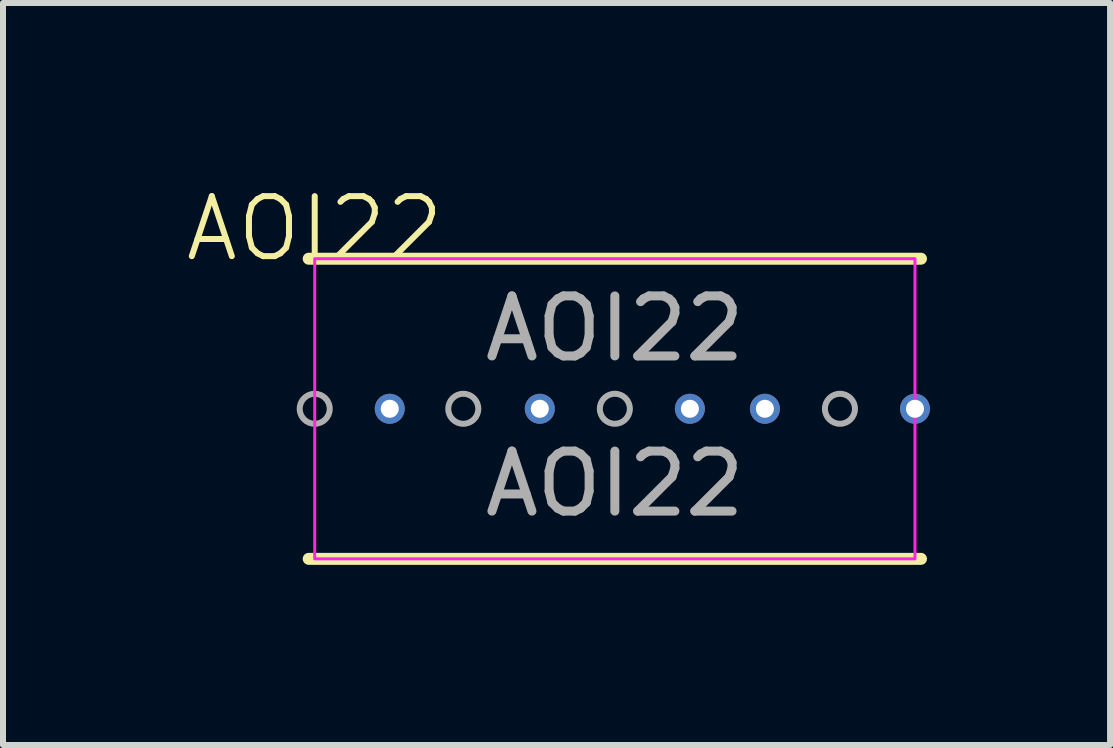
<source format=kicad_pcb>
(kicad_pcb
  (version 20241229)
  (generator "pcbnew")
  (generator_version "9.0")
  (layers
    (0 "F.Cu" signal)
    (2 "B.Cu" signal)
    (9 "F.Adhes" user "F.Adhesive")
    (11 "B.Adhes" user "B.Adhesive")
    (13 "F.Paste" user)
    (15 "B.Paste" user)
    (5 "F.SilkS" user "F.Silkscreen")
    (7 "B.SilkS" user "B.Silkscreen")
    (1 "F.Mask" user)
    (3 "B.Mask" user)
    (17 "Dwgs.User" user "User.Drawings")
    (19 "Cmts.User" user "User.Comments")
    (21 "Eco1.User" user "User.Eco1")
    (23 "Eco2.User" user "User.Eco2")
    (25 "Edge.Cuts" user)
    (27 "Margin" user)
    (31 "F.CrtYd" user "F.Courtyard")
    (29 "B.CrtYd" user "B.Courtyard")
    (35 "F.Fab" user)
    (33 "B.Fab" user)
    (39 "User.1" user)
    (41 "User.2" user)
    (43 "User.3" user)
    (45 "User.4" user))
  (footprint "AOI22"
    (layer "F.Cu")
    (at 2.193 1.26)
    (property "Reference" "AOI22" (at 0 -0.5 0) (unlocked yes) (layer "F.SilkS") (effects (font (size 1 1) (thickness 0.1))))
    (attr smd)
    (fp_line (start -0.1 0) (end 10.1 0) (stroke (width 0.2) (type default)) (layer "F.SilkS"))
    (fp_line (start -0.1 5) (end 10.1 5) (stroke (width 0.2) (type default)) (layer "F.SilkS"))
    (fp_rect (start 0 0) (end 10 5) (stroke (width 0.05) (type default)) (fill no) (layer "F.CrtYd"))
    (fp_circle (center 0 2.5) (end 0.25 2.5) (stroke (width 0.1) (type default)) (fill no) (layer "F.Fab"))
    (fp_circle (center 2.475 2.5) (end 2.725 2.5) (stroke (width 0.1) (type default)) (fill no) (layer "F.Fab"))
    (fp_circle (center 5 2.5) (end 5.25 2.5) (stroke (width 0.1) (type default)) (fill no) (layer "F.Fab"))
    (fp_circle (center 8.75 2.5) (end 9 2.5) (stroke (width 0.1) (type default)) (fill no) (layer "F.Fab"))
    (fp_text user "${REFERENCE}" (at 5 3.75 0) (unlocked yes) (layer "F.Fab") (effects (font (size 1 1) (thickness 0.15))))
    (fp_text user "AOI22" (at 5 1.75 0) (unlocked yes) (layer "F.Fab") (effects (font (size 1 1) (thickness 0.15)) (justify bottom)))
    (pad "A" thru_hole circle (at 1.25 2.5) (size 0.5 0.5) (drill 0.3) (layers "*.Cu" "*.Mask"))
    (pad "B" thru_hole circle (at 3.75 2.5) (size 0.5 0.5) (drill 0.3) (layers "*.Cu" "*.Mask"))
    (pad "C" thru_hole circle (at 6.25 2.5) (size 0.5 0.5) (drill 0.3) (layers "*.Cu" "*.Mask"))
    (pad "D" thru_hole circle (at 7.5 2.5) (size 0.5 0.5) (drill 0.3) (layers "*.Cu" "*.Mask"))
    (pad "Y" thru_hole circle (at 10 2.5) (size 0.5 0.5) (drill 0.3) (layers "*.Cu" "*.Mask")))
  (gr_rect
    (start -3 -3)
    (end 15.443 9.361)
    (stroke (width 0.1) (type default))
    (fill no)
    (layer "Edge.Cuts")))
</source>
